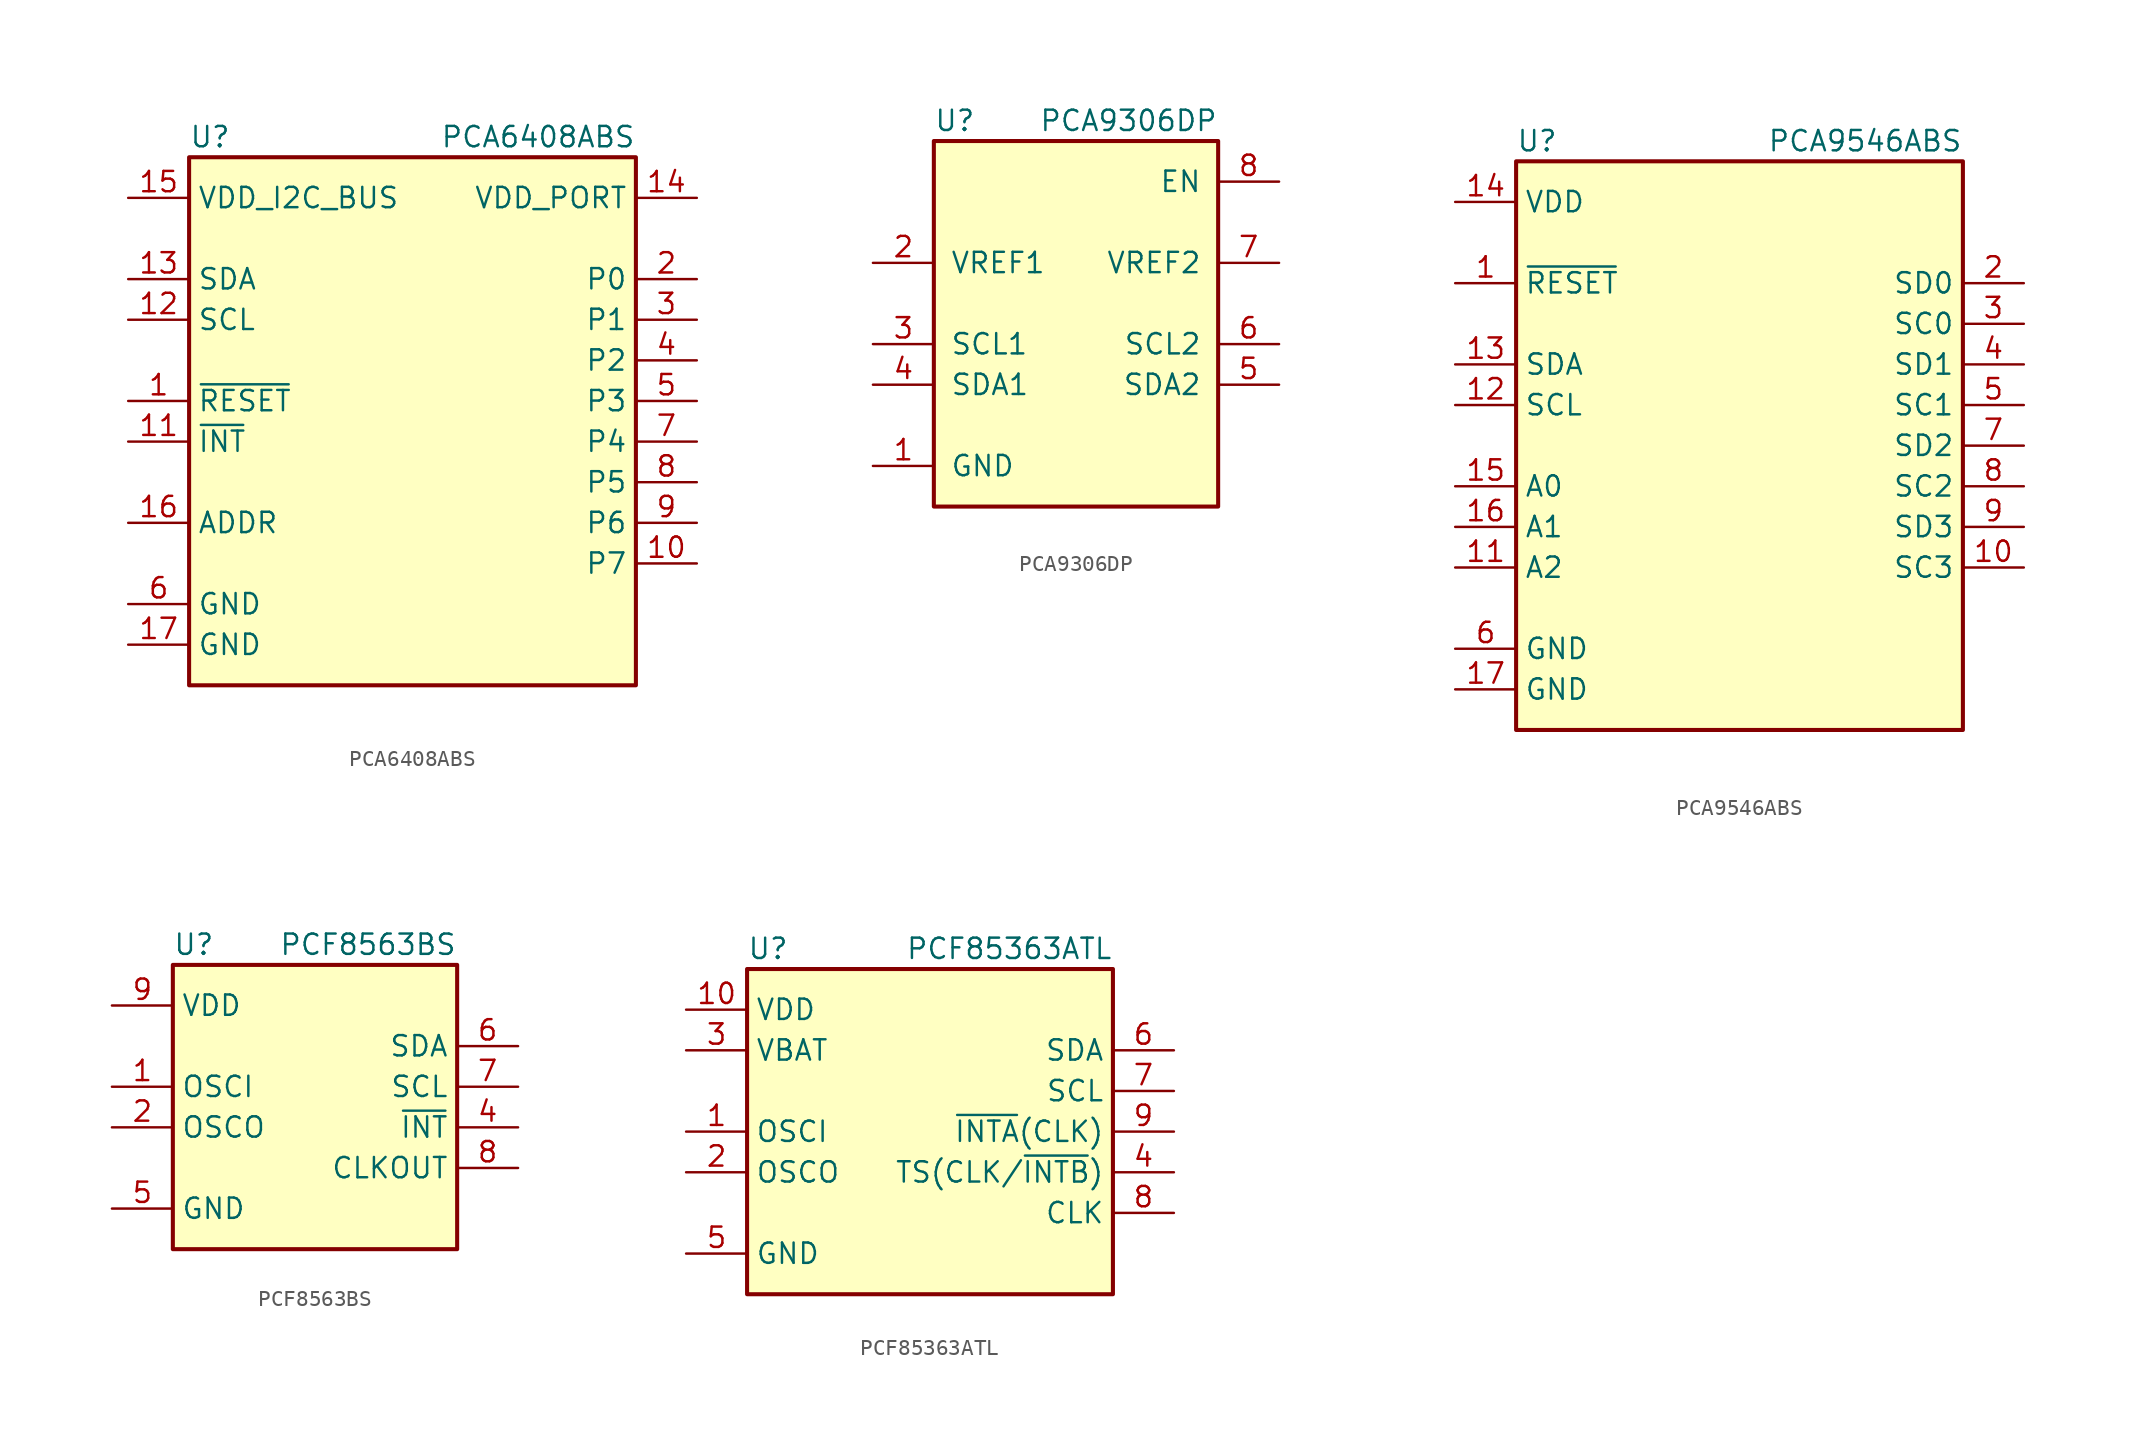
<source format=kicad_sym>
(kicad_symbol_lib
  (version 20231120)
  (generator "kicad_symbol_editor")
  (generator_version "8.0")
  (symbol "PCA6408ABS"
    (property "Reference" "U"
      (at -13.97 16.51 0)
      (effects (font (size 1.27 1.27)) (justify left)))
    (property "Value" "PCA6408ABS"
      (at 13.97 16.51 0)
      (effects (font (size 1.27 1.27)) (justify right)))
    (symbol "PCA6408ABS_0_1"
      (rectangle (start -13.97 15.24) (end 13.97 -17.78) (stroke (width 0.254) (type default)) (fill (type background))))
    (symbol "PCA6408ABS_1_1"
      (pin input line (at -17.78 0 0) (length 3.81) (name "~{RESET}" (effects (font (size 1.27 1.27)))) (number "1" (effects (font (size 1.27 1.27)))))
      (pin bidirectional line (at 17.78 -10.16 180) (length 3.81) (name "P7" (effects (font (size 1.27 1.27)))) (number "10" (effects (font (size 1.27 1.27)))))
      (pin open_collector line (at -17.78 -2.54 0) (length 3.81) (name "~{INT}" (effects (font (size 1.27 1.27)))) (number "11" (effects (font (size 1.27 1.27)))))
      (pin input line (at -17.78 5.08 0) (length 3.81) (name "SCL" (effects (font (size 1.27 1.27)))) (number "12" (effects (font (size 1.27 1.27)))))
      (pin bidirectional line (at -17.78 7.62 0) (length 3.81) (name "SDA" (effects (font (size 1.27 1.27)))) (number "13" (effects (font (size 1.27 1.27)))))
      (pin power_in line (at 17.78 12.7 180) (length 3.81) (name "VDD_PORT" (effects (font (size 1.27 1.27)))) (number "14" (effects (font (size 1.27 1.27)))))
      (pin power_in line (at -17.78 12.7 0) (length 3.81) (name "VDD_I2C_BUS" (effects (font (size 1.27 1.27)))) (number "15" (effects (font (size 1.27 1.27)))))
      (pin input line (at -17.78 -7.62 0) (length 3.81) (name "ADDR" (effects (font (size 1.27 1.27)))) (number "16" (effects (font (size 1.27 1.27)))))
      (pin power_in line (at -17.78 -15.24 0) (length 3.81) (name "GND" (effects (font (size 1.27 1.27)))) (number "17" (effects (font (size 1.27 1.27)))))
      (pin bidirectional line (at 17.78 7.62 180) (length 3.81) (name "P0" (effects (font (size 1.27 1.27)))) (number "2" (effects (font (size 1.27 1.27)))))
      (pin bidirectional line (at 17.78 5.08 180) (length 3.81) (name "P1" (effects (font (size 1.27 1.27)))) (number "3" (effects (font (size 1.27 1.27)))))
      (pin bidirectional line (at 17.78 2.54 180) (length 3.81) (name "P2" (effects (font (size 1.27 1.27)))) (number "4" (effects (font (size 1.27 1.27)))))
      (pin bidirectional line (at 17.78 0 180) (length 3.81) (name "P3" (effects (font (size 1.27 1.27)))) (number "5" (effects (font (size 1.27 1.27)))))
      (pin power_in line (at -17.78 -12.7 0) (length 3.81) (name "GND" (effects (font (size 1.27 1.27)))) (number "6" (effects (font (size 1.27 1.27)))))
      (pin bidirectional line (at 17.78 -2.54 180) (length 3.81) (name "P4" (effects (font (size 1.27 1.27)))) (number "7" (effects (font (size 1.27 1.27)))))
      (pin bidirectional line (at 17.78 -5.08 180) (length 3.81) (name "P5" (effects (font (size 1.27 1.27)))) (number "8" (effects (font (size 1.27 1.27)))))
      (pin bidirectional line (at 17.78 -7.62 180) (length 3.81) (name "P6" (effects (font (size 1.27 1.27)))) (number "9" (effects (font (size 1.27 1.27)))))))
  (symbol "PCA9306DP"
    (pin_names
      (offset 1.016))
    (property "Reference" "U"
      (at -8.89 11.43 0)
      (effects (font (size 1.27 1.27)) (justify left)))
    (property "Value" "PCA9306DP"
      (at 8.89 11.43 0)
      (effects (font (size 1.27 1.27)) (justify right)))
    (symbol "PCA9306DP_0_1"
      (rectangle (start 8.89 10.16) (end -8.89 -12.7) (stroke (width 0.254) (type default)) (fill (type background))))
    (symbol "PCA9306DP_1_1"
      (pin power_in line (at -12.7 -10.16 0) (length 3.81) (name "GND" (effects (font (size 1.27 1.27)))) (number "1" (effects (font (size 1.27 1.27)))))
      (pin passive line (at -12.7 2.54 0) (length 3.81) (name "VREF1" (effects (font (size 1.27 1.27)))) (number "2" (effects (font (size 1.27 1.27)))))
      (pin input line (at -12.7 -2.54 0) (length 3.81) (name "SCL1" (effects (font (size 1.27 1.27)))) (number "3" (effects (font (size 1.27 1.27)))))
      (pin bidirectional line (at -12.7 -5.08 0) (length 3.81) (name "SDA1" (effects (font (size 1.27 1.27)))) (number "4" (effects (font (size 1.27 1.27)))))
      (pin bidirectional line (at 12.7 -5.08 180) (length 3.81) (name "SDA2" (effects (font (size 1.27 1.27)))) (number "5" (effects (font (size 1.27 1.27)))))
      (pin output line (at 12.7 -2.54 180) (length 3.81) (name "SCL2" (effects (font (size 1.27 1.27)))) (number "6" (effects (font (size 1.27 1.27)))))
      (pin passive line (at 12.7 2.54 180) (length 3.81) (name "VREF2" (effects (font (size 1.27 1.27)))) (number "7" (effects (font (size 1.27 1.27)))))
      (pin input line (at 12.7 7.62 180) (length 3.81) (name "EN" (effects (font (size 1.27 1.27)))) (number "8" (effects (font (size 1.27 1.27)))))))
  (symbol "PCA9546ABS"
    (property "Reference" "U"
      (at -13.97 19.05 0)
      (effects (font (size 1.27 1.27)) (justify left)))
    (property "Value" "PCA9546ABS"
      (at 13.97 19.05 0)
      (effects (font (size 1.27 1.27)) (justify right)))
    (symbol "PCA9546ABS_0_1"
      (rectangle (start -13.97 17.78) (end 13.97 -17.78) (stroke (width 0.254) (type default)) (fill (type background))))
    (symbol "PCA9546ABS_1_1"
      (pin input line (at -17.78 10.16 0) (length 3.81) (name "~{RESET}" (effects (font (size 1.27 1.27)))) (number "1" (effects (font (size 1.27 1.27)))))
      (pin output line (at 17.78 -7.62 180) (length 3.81) (name "SC3" (effects (font (size 1.27 1.27)))) (number "10" (effects (font (size 1.27 1.27)))))
      (pin input line (at -17.78 -7.62 0) (length 3.81) (name "A2" (effects (font (size 1.27 1.27)))) (number "11" (effects (font (size 1.27 1.27)))))
      (pin input line (at -17.78 2.54 0) (length 3.81) (name "SCL" (effects (font (size 1.27 1.27)))) (number "12" (effects (font (size 1.27 1.27)))))
      (pin bidirectional line (at -17.78 5.08 0) (length 3.81) (name "SDA" (effects (font (size 1.27 1.27)))) (number "13" (effects (font (size 1.27 1.27)))))
      (pin power_in line (at -17.78 15.24 0) (length 3.81) (name "VDD" (effects (font (size 1.27 1.27)))) (number "14" (effects (font (size 1.27 1.27)))))
      (pin input line (at -17.78 -2.54 0) (length 3.81) (name "A0" (effects (font (size 1.27 1.27)))) (number "15" (effects (font (size 1.27 1.27)))))
      (pin input line (at -17.78 -5.08 0) (length 3.81) (name "A1" (effects (font (size 1.27 1.27)))) (number "16" (effects (font (size 1.27 1.27)))))
      (pin power_in line (at -17.78 -15.24 0) (length 3.81) (name "GND" (effects (font (size 1.27 1.27)))) (number "17" (effects (font (size 1.27 1.27)))))
      (pin bidirectional line (at 17.78 10.16 180) (length 3.81) (name "SD0" (effects (font (size 1.27 1.27)))) (number "2" (effects (font (size 1.27 1.27)))))
      (pin output line (at 17.78 7.62 180) (length 3.81) (name "SC0" (effects (font (size 1.27 1.27)))) (number "3" (effects (font (size 1.27 1.27)))))
      (pin bidirectional line (at 17.78 5.08 180) (length 3.81) (name "SD1" (effects (font (size 1.27 1.27)))) (number "4" (effects (font (size 1.27 1.27)))))
      (pin output line (at 17.78 2.54 180) (length 3.81) (name "SC1" (effects (font (size 1.27 1.27)))) (number "5" (effects (font (size 1.27 1.27)))))
      (pin power_in line (at -17.78 -12.7 0) (length 3.81) (name "GND" (effects (font (size 1.27 1.27)))) (number "6" (effects (font (size 1.27 1.27)))))
      (pin bidirectional line (at 17.78 0 180) (length 3.81) (name "SD2" (effects (font (size 1.27 1.27)))) (number "7" (effects (font (size 1.27 1.27)))))
      (pin output line (at 17.78 -2.54 180) (length 3.81) (name "SC2" (effects (font (size 1.27 1.27)))) (number "8" (effects (font (size 1.27 1.27)))))
      (pin bidirectional line (at 17.78 -5.08 180) (length 3.81) (name "SD3" (effects (font (size 1.27 1.27)))) (number "9" (effects (font (size 1.27 1.27)))))))
  (symbol "PCF8563BS"
    (property "Reference" "U"
      (at -8.89 11.43 0)
      (effects (font (size 1.27 1.27)) (justify left)))
    (property "Value" "PCF8563BS"
      (at 8.89 11.43 0)
      (effects (font (size 1.27 1.27)) (justify right)))
    (symbol "PCF8563BS_0_1"
      (rectangle (start -8.89 10.16) (end 8.89 -7.62) (stroke (width 0.254) (type default)) (fill (type background))))
    (symbol "PCF8563BS_1_1"
      (pin passive line (at -12.7 2.54 0) (length 3.81) (name "OSCI" (effects (font (size 1.27 1.27)))) (number "1" (effects (font (size 1.27 1.27)))))
      (pin no_connect line (at -12.7 5.08 0) (length 3.81) hide (name "NC" (effects (font (size 1.27 1.27)))) (number "10" (effects (font (size 1.27 1.27)))))
      (pin passive line (at -12.7 0 0) (length 3.81) (name "OSCO" (effects (font (size 1.27 1.27)))) (number "2" (effects (font (size 1.27 1.27)))))
      (pin no_connect line (at -12.7 -2.54 0) (length 3.81) hide (name "NC" (effects (font (size 1.27 1.27)))) (number "3" (effects (font (size 1.27 1.27)))))
      (pin open_collector line (at 12.7 0 180) (length 3.81) (name "~{INT}" (effects (font (size 1.27 1.27)))) (number "4" (effects (font (size 1.27 1.27)))))
      (pin power_in line (at -12.7 -5.08 0) (length 3.81) (name "GND" (effects (font (size 1.27 1.27)))) (number "5" (effects (font (size 1.27 1.27)))))
      (pin bidirectional line (at 12.7 5.08 180) (length 3.81) (name "SDA" (effects (font (size 1.27 1.27)))) (number "6" (effects (font (size 1.27 1.27)))))
      (pin input line (at 12.7 2.54 180) (length 3.81) (name "SCL" (effects (font (size 1.27 1.27)))) (number "7" (effects (font (size 1.27 1.27)))))
      (pin open_collector line (at 12.7 -2.54 180) (length 3.81) (name "CLKOUT" (effects (font (size 1.27 1.27)))) (number "8" (effects (font (size 1.27 1.27)))))
      (pin power_in line (at -12.7 7.62 0) (length 3.81) (name "VDD" (effects (font (size 1.27 1.27)))) (number "9" (effects (font (size 1.27 1.27)))))))
  (symbol "PCF85363ATL"
    (property "Reference" "U"
      (at -11.43 13.97 0)
      (effects (font (size 1.27 1.27)) (justify left)))
    (property "Value" "PCF85363ATL"
      (at 11.43 13.97 0)
      (effects (font (size 1.27 1.27)) (justify right)))
    (symbol "PCF85363ATL_0_1"
      (rectangle (start -11.43 12.7) (end 11.43 -7.62) (stroke (width 0.254) (type default)) (fill (type background))))
    (symbol "PCF85363ATL_1_1"
      (pin passive line (at -15.24 2.54 0) (length 3.81) (name "OSCI" (effects (font (size 1.27 1.27)))) (number "1" (effects (font (size 1.27 1.27)))))
      (pin power_in line (at -15.24 10.16 0) (length 3.81) (name "VDD" (effects (font (size 1.27 1.27)))) (number "10" (effects (font (size 1.27 1.27)))))
      (pin no_connect line (at 15.24 -5.08 180) (length 3.81) hide (name "EP" (effects (font (size 1.27 1.27)))) (number "11" (effects (font (size 1.27 1.27)))))
      (pin passive line (at -15.24 0 0) (length 3.81) (name "OSCO" (effects (font (size 1.27 1.27)))) (number "2" (effects (font (size 1.27 1.27)))))
      (pin power_in line (at -15.24 7.62 0) (length 3.81) (name "VBAT" (effects (font (size 1.27 1.27)))) (number "3" (effects (font (size 1.27 1.27)))))
      (pin bidirectional line (at 15.24 0 180) (length 3.81) (name "TS(CLK/~{INTB})" (effects (font (size 1.27 1.27)))) (number "4" (effects (font (size 1.27 1.27)))))
      (pin power_in line (at -15.24 -5.08 0) (length 3.81) (name "GND" (effects (font (size 1.27 1.27)))) (number "5" (effects (font (size 1.27 1.27)))))
      (pin bidirectional line (at 15.24 7.62 180) (length 3.81) (name "SDA" (effects (font (size 1.27 1.27)))) (number "6" (effects (font (size 1.27 1.27)))))
      (pin input line (at 15.24 5.08 180) (length 3.81) (name "SCL" (effects (font (size 1.27 1.27)))) (number "7" (effects (font (size 1.27 1.27)))))
      (pin output line (at 15.24 -2.54 180) (length 3.81) (name "CLK" (effects (font (size 1.27 1.27)))) (number "8" (effects (font (size 1.27 1.27)))))
      (pin open_collector line (at 15.24 2.54 180) (length 3.81) (name "~{INTA}(CLK)" (effects (font (size 1.27 1.27)))) (number "9" (effects (font (size 1.27 1.27))))))))
</source>
